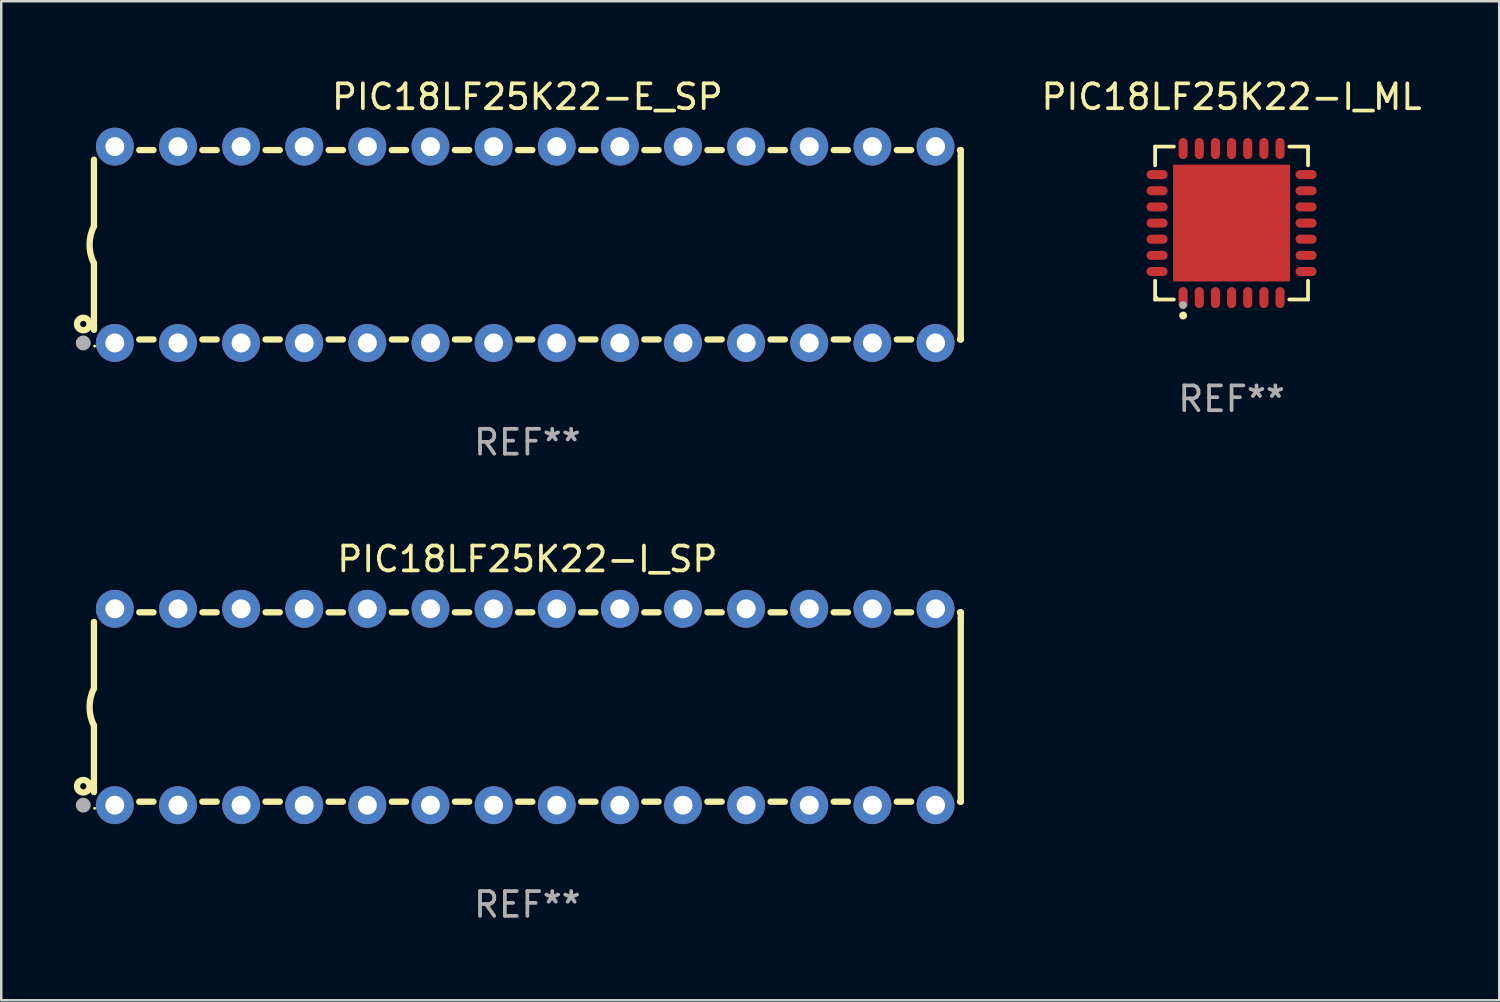
<source format=kicad_pcb>
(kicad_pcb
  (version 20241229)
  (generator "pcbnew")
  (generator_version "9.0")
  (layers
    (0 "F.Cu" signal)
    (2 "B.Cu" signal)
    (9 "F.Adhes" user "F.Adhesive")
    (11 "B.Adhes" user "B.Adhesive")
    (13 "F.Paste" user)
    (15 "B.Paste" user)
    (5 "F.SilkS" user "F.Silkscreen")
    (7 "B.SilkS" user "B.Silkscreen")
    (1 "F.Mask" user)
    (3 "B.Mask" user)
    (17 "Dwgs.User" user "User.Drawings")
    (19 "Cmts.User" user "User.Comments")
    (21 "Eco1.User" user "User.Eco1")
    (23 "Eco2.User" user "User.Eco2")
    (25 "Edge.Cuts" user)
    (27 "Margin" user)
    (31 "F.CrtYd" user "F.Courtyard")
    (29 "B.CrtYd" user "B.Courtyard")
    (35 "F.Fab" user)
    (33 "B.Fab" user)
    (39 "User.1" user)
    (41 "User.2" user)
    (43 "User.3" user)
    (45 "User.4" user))
  (footprint "PIC18LF25K22-I_ML"
    (layer "F.Cu")
    (at 46.501 5.924)
    (property "Reference" "PIC18LF25K22-I_ML" (at 0 -5.076 0) (layer "F.SilkS") (effects (font (size 1 1) (thickness 0.15))))
    (attr through_hole)
    (fp_line (start -3.076 -3.076) (end -2.323 -3.076) (stroke (width 0.152) (type solid)) (layer "F.SilkS"))
    (fp_line (start -3.076 -2.323) (end -3.076 -3.076) (stroke (width 0.152) (type solid)) (layer "F.SilkS"))
    (fp_line (start -3.076 2.323) (end -3.076 3.076) (stroke (width 0.152) (type solid)) (layer "F.SilkS"))
    (fp_line (start -3.076 3.076) (end -2.323 3.076) (stroke (width 0.152) (type solid)) (layer "F.SilkS"))
    (fp_line (start 3.076 -3.076) (end 2.323 -3.076) (stroke (width 0.152) (type solid)) (layer "F.SilkS"))
    (fp_line (start 3.076 -2.323) (end 3.076 -3.076) (stroke (width 0.152) (type solid)) (layer "F.SilkS"))
    (fp_line (start 3.076 2.323) (end 3.076 3.076) (stroke (width 0.152) (type solid)) (layer "F.SilkS"))
    (fp_line (start 3.076 3.076) (end 2.323 3.076) (stroke (width 0.152) (type solid)) (layer "F.SilkS"))
    (fp_circle (center -3 3) (end -2.97 3) (stroke (width 0.06) (type solid)) (fill no) (layer "F.SilkS"))
    (fp_circle (center -1.95 3.722) (end -1.87 3.722) (stroke (width 0.16) (type solid)) (fill no) (layer "F.SilkS"))
    (fp_circle (center -1.95 3.3) (end -1.87 3.3) (stroke (width 0.16) (type solid)) (fill no) (layer "F.Fab"))
    (fp_text user "REF**" (at 0 7.076 0) (layer "F.Fab") (effects (font (size 1 1) (thickness 0.15))))
    (pad "1" smd oval (at -1.95 2.998) (size 0.364 0.847) (layers "F.Cu" "F.Mask" "F.Paste"))
    (pad "2" smd oval (at -1.3 2.998) (size 0.364 0.847) (layers "F.Cu" "F.Mask" "F.Paste"))
    (pad "3" smd oval (at -0.65 2.998) (size 0.364 0.847) (layers "F.Cu" "F.Mask" "F.Paste"))
    (pad "4" smd oval (at 0 2.998) (size 0.364 0.847) (layers "F.Cu" "F.Mask" "F.Paste"))
    (pad "5" smd oval (at 0.65 2.998) (size 0.364 0.847) (layers "F.Cu" "F.Mask" "F.Paste"))
    (pad "6" smd oval (at 1.3 2.998) (size 0.364 0.847) (layers "F.Cu" "F.Mask" "F.Paste"))
    (pad "7" smd oval (at 1.95 2.998) (size 0.364 0.847) (layers "F.Cu" "F.Mask" "F.Paste"))
    (pad "8" smd oval (at 2.998 1.95) (size 0.847 0.364) (layers "F.Cu" "F.Mask" "F.Paste"))
    (pad "9" smd oval (at 2.998 1.3) (size 0.847 0.364) (layers "F.Cu" "F.Mask" "F.Paste"))
    (pad "10" smd oval (at 2.998 0.65) (size 0.847 0.364) (layers "F.Cu" "F.Mask" "F.Paste"))
    (pad "11" smd oval (at 2.998 0) (size 0.847 0.364) (layers "F.Cu" "F.Mask" "F.Paste"))
    (pad "12" smd oval (at 2.998 -0.65) (size 0.847 0.364) (layers "F.Cu" "F.Mask" "F.Paste"))
    (pad "13" smd oval (at 2.998 -1.3) (size 0.847 0.364) (layers "F.Cu" "F.Mask" "F.Paste"))
    (pad "14" smd oval (at 2.998 -1.95) (size 0.847 0.364) (layers "F.Cu" "F.Mask" "F.Paste"))
    (pad "15" smd oval (at 1.95 -2.998) (size 0.364 0.847) (layers "F.Cu" "F.Mask" "F.Paste"))
    (pad "16" smd oval (at 1.3 -2.998) (size 0.364 0.847) (layers "F.Cu" "F.Mask" "F.Paste"))
    (pad "17" smd oval (at 0.65 -2.998) (size 0.364 0.847) (layers "F.Cu" "F.Mask" "F.Paste"))
    (pad "18" smd oval (at 0 -2.998) (size 0.364 0.847) (layers "F.Cu" "F.Mask" "F.Paste"))
    (pad "19" smd oval (at -0.65 -2.998) (size 0.364 0.847) (layers "F.Cu" "F.Mask" "F.Paste"))
    (pad "20" smd oval (at -1.3 -2.998) (size 0.364 0.847) (layers "F.Cu" "F.Mask" "F.Paste"))
    (pad "21" smd oval (at -1.95 -2.998) (size 0.364 0.847) (layers "F.Cu" "F.Mask" "F.Paste"))
    (pad "22" smd oval (at -2.998 -1.95) (size 0.847 0.364) (layers "F.Cu" "F.Mask" "F.Paste"))
    (pad "23" smd oval (at -2.998 -1.3) (size 0.847 0.364) (layers "F.Cu" "F.Mask" "F.Paste"))
    (pad "24" smd oval (at -2.998 -0.65) (size 0.847 0.364) (layers "F.Cu" "F.Mask" "F.Paste"))
    (pad "25" smd oval (at -2.998 0) (size 0.847 0.364) (layers "F.Cu" "F.Mask" "F.Paste"))
    (pad "26" smd oval (at -2.998 0.65) (size 0.847 0.364) (layers "F.Cu" "F.Mask" "F.Paste"))
    (pad "27" smd oval (at -2.998 1.3) (size 0.847 0.364) (layers "F.Cu" "F.Mask" "F.Paste"))
    (pad "28" smd oval (at -2.998 1.95) (size 0.847 0.364) (layers "F.Cu" "F.Mask" "F.Paste"))
    (pad "29" smd rect (at 0 0) (size 4.7 4.7) (layers "F.Cu" "F.Mask" "F.Paste")))
  (footprint "PIC18LF25K22-E_SP"
    (layer "F.Cu")
    (at 18.168 6.798)
    (property "Reference" "PIC18LF25K22-E_SP" (at 0 -5.95 0) (layer "F.SilkS") (effects (font (size 1 1) (thickness 0.15))))
    (attr through_hole)
    (fp_line (start -17.438 0.75) (end -17.438 3.423) (stroke (width 0.254) (type solid)) (layer "F.SilkS"))
    (fp_line (start -17.438 -3.423) (end -17.438 -0.75) (stroke (width 0.254) (type solid)) (layer "F.SilkS"))
    (fp_line (start -15.615 3.81) (end -15.041 3.81) (stroke (width 0.254) (type solid)) (layer "F.SilkS"))
    (fp_line (start -15.041 -3.81) (end -15.614 -3.81) (stroke (width 0.254) (type solid)) (layer "F.SilkS"))
    (fp_line (start -13.075 3.81) (end -12.501 3.81) (stroke (width 0.254) (type solid)) (layer "F.SilkS"))
    (fp_line (start -12.501 -3.81) (end -13.074 -3.81) (stroke (width 0.254) (type solid)) (layer "F.SilkS"))
    (fp_line (start -10.535 3.81) (end -9.961 3.81) (stroke (width 0.254) (type solid)) (layer "F.SilkS"))
    (fp_line (start -9.961 -3.81) (end -10.534 -3.81) (stroke (width 0.254) (type solid)) (layer "F.SilkS"))
    (fp_line (start -7.995 3.81) (end -7.421 3.81) (stroke (width 0.254) (type solid)) (layer "F.SilkS"))
    (fp_line (start -7.421 -3.81) (end -7.995 -3.81) (stroke (width 0.254) (type solid)) (layer "F.SilkS"))
    (fp_line (start -5.455 3.81) (end -4.881 3.81) (stroke (width 0.254) (type solid)) (layer "F.SilkS"))
    (fp_line (start -4.881 -3.81) (end -5.455 -3.81) (stroke (width 0.254) (type solid)) (layer "F.SilkS"))
    (fp_line (start -2.915 3.81) (end -2.341 3.81) (stroke (width 0.254) (type solid)) (layer "F.SilkS"))
    (fp_line (start -2.341 -3.81) (end -2.915 -3.81) (stroke (width 0.254) (type solid)) (layer "F.SilkS"))
    (fp_line (start -0.375 3.81) (end 0.199 3.81) (stroke (width 0.254) (type solid)) (layer "F.SilkS"))
    (fp_line (start 0.199 -3.81) (end -0.375 -3.81) (stroke (width 0.254) (type solid)) (layer "F.SilkS"))
    (fp_line (start 2.165 3.81) (end 2.739 3.81) (stroke (width 0.254) (type solid)) (layer "F.SilkS"))
    (fp_line (start 2.739 -3.81) (end 2.165 -3.81) (stroke (width 0.254) (type solid)) (layer "F.SilkS"))
    (fp_line (start 4.705 3.81) (end 5.279 3.81) (stroke (width 0.254) (type solid)) (layer "F.SilkS"))
    (fp_line (start 5.279 -3.81) (end 4.705 -3.81) (stroke (width 0.254) (type solid)) (layer "F.SilkS"))
    (fp_line (start 7.245 3.81) (end 7.819 3.81) (stroke (width 0.254) (type solid)) (layer "F.SilkS"))
    (fp_line (start 7.819 -3.81) (end 7.245 -3.81) (stroke (width 0.254) (type solid)) (layer "F.SilkS"))
    (fp_line (start 9.785 3.81) (end 10.359 3.81) (stroke (width 0.254) (type solid)) (layer "F.SilkS"))
    (fp_line (start 10.359 -3.81) (end 9.785 -3.81) (stroke (width 0.254) (type solid)) (layer "F.SilkS"))
    (fp_line (start 12.325 3.81) (end 12.899 3.81) (stroke (width 0.254) (type solid)) (layer "F.SilkS"))
    (fp_line (start 12.899 -3.81) (end 12.325 -3.81) (stroke (width 0.254) (type solid)) (layer "F.SilkS"))
    (fp_line (start 14.865 3.81) (end 15.439 3.81) (stroke (width 0.254) (type solid)) (layer "F.SilkS"))
    (fp_line (start 15.439 -3.81) (end 14.865 -3.81) (stroke (width 0.254) (type solid)) (layer "F.SilkS"))
    (fp_line (start 17.405 3.81) (end 17.438 3.81) (stroke (width 0.254) (type solid)) (layer "F.SilkS"))
    (fp_line (start 17.438 -3.81) (end 17.405 -3.81) (stroke (width 0.254) (type solid)) (layer "F.SilkS"))
    (fp_line (start 17.438 -3.556) (end 17.438 -3.81) (stroke (width 0.254) (type solid)) (layer "F.SilkS"))
    (fp_line (start 17.438 3.81) (end 17.438 -3.556) (stroke (width 0.254) (type solid)) (layer "F.SilkS"))
    (fp_arc (start -17.437986 0.749657) (mid -17.614887 -0.000024) (end -17.437783 -0.749657) (stroke (width 0.254001) (type solid)) (layer "F.SilkS"))
    (fp_circle (center -17.868 3.188) (end -17.743 3.188) (stroke (width 0.254) (type solid)) (fill no) (layer "F.SilkS"))
    (fp_circle (center -17.411 4.077) (end -17.381 4.077) (stroke (width 0.06) (type solid)) (fill no) (layer "F.SilkS"))
    (fp_circle (center -17.868 3.95) (end -17.718 3.95) (stroke (width 0.3) (type solid)) (fill no) (layer "F.Fab"))
    (fp_text user "REF**" (at 0 7.95 0) (layer "F.Fab") (effects (font (size 1 1) (thickness 0.15))))
    (pad "1" thru_hole circle (at -16.598 3.95) (size 1.524 1.524) (drill 0.762) (layers "*.Cu" "*.Mask"))
    (pad "2" thru_hole circle (at -14.058 3.95) (size 1.524 1.524) (drill 0.762) (layers "*.Cu" "*.Mask"))
    (pad "3" thru_hole circle (at -11.518 3.95) (size 1.524 1.524) (drill 0.762) (layers "*.Cu" "*.Mask"))
    (pad "4" thru_hole circle (at -8.978 3.95) (size 1.524 1.524) (drill 0.762) (layers "*.Cu" "*.Mask"))
    (pad "5" thru_hole circle (at -6.438 3.95) (size 1.524 1.524) (drill 0.762) (layers "*.Cu" "*.Mask"))
    (pad "6" thru_hole circle (at -3.898 3.95) (size 1.524 1.524) (drill 0.762) (layers "*.Cu" "*.Mask"))
    (pad "7" thru_hole circle (at -1.358 3.95) (size 1.524 1.524) (drill 0.762) (layers "*.Cu" "*.Mask"))
    (pad "8" thru_hole circle (at 1.182 3.95) (size 1.524 1.524) (drill 0.762) (layers "*.Cu" "*.Mask"))
    (pad "9" thru_hole circle (at 3.722 3.95) (size 1.524 1.524) (drill 0.762) (layers "*.Cu" "*.Mask"))
    (pad "10" thru_hole circle (at 6.262 3.95) (size 1.524 1.524) (drill 0.762) (layers "*.Cu" "*.Mask"))
    (pad "11" thru_hole circle (at 8.802 3.95) (size 1.524 1.524) (drill 0.762) (layers "*.Cu" "*.Mask"))
    (pad "12" thru_hole circle (at 11.342 3.95) (size 1.524 1.524) (drill 0.762) (layers "*.Cu" "*.Mask"))
    (pad "13" thru_hole circle (at 13.882 3.95) (size 1.524 1.524) (drill 0.762) (layers "*.Cu" "*.Mask"))
    (pad "14" thru_hole circle (at 16.422 3.95) (size 1.524 1.524) (drill 0.762) (layers "*.Cu" "*.Mask"))
    (pad "15" thru_hole circle (at 16.422 -3.95) (size 1.524 1.524) (drill 0.762) (layers "*.Cu" "*.Mask"))
    (pad "16" thru_hole circle (at 13.882 -3.95) (size 1.524 1.524) (drill 0.762) (layers "*.Cu" "*.Mask"))
    (pad "17" thru_hole circle (at 11.342 -3.95) (size 1.524 1.524) (drill 0.762) (layers "*.Cu" "*.Mask"))
    (pad "18" thru_hole circle (at 8.802 -3.95) (size 1.524 1.524) (drill 0.762) (layers "*.Cu" "*.Mask"))
    (pad "19" thru_hole circle (at 6.262 -3.95) (size 1.524 1.524) (drill 0.762) (layers "*.Cu" "*.Mask"))
    (pad "20" thru_hole circle (at 3.722 -3.95) (size 1.524 1.524) (drill 0.762) (layers "*.Cu" "*.Mask"))
    (pad "21" thru_hole circle (at 1.182 -3.95) (size 1.524 1.524) (drill 0.762) (layers "*.Cu" "*.Mask"))
    (pad "22" thru_hole circle (at -1.358 -3.95) (size 1.524 1.524) (drill 0.762) (layers "*.Cu" "*.Mask"))
    (pad "23" thru_hole circle (at -3.898 -3.95) (size 1.524 1.524) (drill 0.762) (layers "*.Cu" "*.Mask"))
    (pad "24" thru_hole circle (at -6.438 -3.95) (size 1.524 1.524) (drill 0.762) (layers "*.Cu" "*.Mask"))
    (pad "25" thru_hole circle (at -8.978 -3.95) (size 1.524 1.524) (drill 0.762) (layers "*.Cu" "*.Mask"))
    (pad "26" thru_hole circle (at -11.517 -3.95) (size 1.524 1.524) (drill 0.762) (layers "*.Cu" "*.Mask"))
    (pad "27" thru_hole circle (at -14.057 -3.95) (size 1.524 1.524) (drill 0.762) (layers "*.Cu" "*.Mask"))
    (pad "28" thru_hole circle (at -16.597 -3.95) (size 1.524 1.524) (drill 0.762) (layers "*.Cu" "*.Mask")))
  (footprint "PIC18LF25K22-I_SP"
    (layer "F.Cu")
    (at 18.168 25.395)
    (property "Reference" "PIC18LF25K22-I_SP" (at 0 -5.95 0) (layer "F.SilkS") (effects (font (size 1 1) (thickness 0.15))))
    (attr through_hole)
    (fp_line (start -17.438 0.75) (end -17.438 3.423) (stroke (width 0.254) (type solid)) (layer "F.SilkS"))
    (fp_line (start -17.438 -3.423) (end -17.438 -0.75) (stroke (width 0.254) (type solid)) (layer "F.SilkS"))
    (fp_line (start -15.615 3.81) (end -15.041 3.81) (stroke (width 0.254) (type solid)) (layer "F.SilkS"))
    (fp_line (start -15.041 -3.81) (end -15.614 -3.81) (stroke (width 0.254) (type solid)) (layer "F.SilkS"))
    (fp_line (start -13.075 3.81) (end -12.501 3.81) (stroke (width 0.254) (type solid)) (layer "F.SilkS"))
    (fp_line (start -12.501 -3.81) (end -13.074 -3.81) (stroke (width 0.254) (type solid)) (layer "F.SilkS"))
    (fp_line (start -10.535 3.81) (end -9.961 3.81) (stroke (width 0.254) (type solid)) (layer "F.SilkS"))
    (fp_line (start -9.961 -3.81) (end -10.534 -3.81) (stroke (width 0.254) (type solid)) (layer "F.SilkS"))
    (fp_line (start -7.995 3.81) (end -7.421 3.81) (stroke (width 0.254) (type solid)) (layer "F.SilkS"))
    (fp_line (start -7.421 -3.81) (end -7.995 -3.81) (stroke (width 0.254) (type solid)) (layer "F.SilkS"))
    (fp_line (start -5.455 3.81) (end -4.881 3.81) (stroke (width 0.254) (type solid)) (layer "F.SilkS"))
    (fp_line (start -4.881 -3.81) (end -5.455 -3.81) (stroke (width 0.254) (type solid)) (layer "F.SilkS"))
    (fp_line (start -2.915 3.81) (end -2.341 3.81) (stroke (width 0.254) (type solid)) (layer "F.SilkS"))
    (fp_line (start -2.341 -3.81) (end -2.915 -3.81) (stroke (width 0.254) (type solid)) (layer "F.SilkS"))
    (fp_line (start -0.375 3.81) (end 0.199 3.81) (stroke (width 0.254) (type solid)) (layer "F.SilkS"))
    (fp_line (start 0.199 -3.81) (end -0.375 -3.81) (stroke (width 0.254) (type solid)) (layer "F.SilkS"))
    (fp_line (start 2.165 3.81) (end 2.739 3.81) (stroke (width 0.254) (type solid)) (layer "F.SilkS"))
    (fp_line (start 2.739 -3.81) (end 2.165 -3.81) (stroke (width 0.254) (type solid)) (layer "F.SilkS"))
    (fp_line (start 4.705 3.81) (end 5.279 3.81) (stroke (width 0.254) (type solid)) (layer "F.SilkS"))
    (fp_line (start 5.279 -3.81) (end 4.705 -3.81) (stroke (width 0.254) (type solid)) (layer "F.SilkS"))
    (fp_line (start 7.245 3.81) (end 7.819 3.81) (stroke (width 0.254) (type solid)) (layer "F.SilkS"))
    (fp_line (start 7.819 -3.81) (end 7.245 -3.81) (stroke (width 0.254) (type solid)) (layer "F.SilkS"))
    (fp_line (start 9.785 3.81) (end 10.359 3.81) (stroke (width 0.254) (type solid)) (layer "F.SilkS"))
    (fp_line (start 10.359 -3.81) (end 9.785 -3.81) (stroke (width 0.254) (type solid)) (layer "F.SilkS"))
    (fp_line (start 12.325 3.81) (end 12.899 3.81) (stroke (width 0.254) (type solid)) (layer "F.SilkS"))
    (fp_line (start 12.899 -3.81) (end 12.325 -3.81) (stroke (width 0.254) (type solid)) (layer "F.SilkS"))
    (fp_line (start 14.865 3.81) (end 15.439 3.81) (stroke (width 0.254) (type solid)) (layer "F.SilkS"))
    (fp_line (start 15.439 -3.81) (end 14.865 -3.81) (stroke (width 0.254) (type solid)) (layer "F.SilkS"))
    (fp_line (start 17.405 3.81) (end 17.438 3.81) (stroke (width 0.254) (type solid)) (layer "F.SilkS"))
    (fp_line (start 17.438 -3.81) (end 17.405 -3.81) (stroke (width 0.254) (type solid)) (layer "F.SilkS"))
    (fp_line (start 17.438 -3.556) (end 17.438 -3.81) (stroke (width 0.254) (type solid)) (layer "F.SilkS"))
    (fp_line (start 17.438 3.81) (end 17.438 -3.556) (stroke (width 0.254) (type solid)) (layer "F.SilkS"))
    (fp_arc (start -17.437986 0.749657) (mid -17.614887 -0.000024) (end -17.437783 -0.749657) (stroke (width 0.254001) (type solid)) (layer "F.SilkS"))
    (fp_circle (center -17.868 3.188) (end -17.743 3.188) (stroke (width 0.254) (type solid)) (fill no) (layer "F.SilkS"))
    (fp_circle (center -17.411 4.077) (end -17.381 4.077) (stroke (width 0.06) (type solid)) (fill no) (layer "F.SilkS"))
    (fp_circle (center -17.868 3.95) (end -17.718 3.95) (stroke (width 0.3) (type solid)) (fill no) (layer "F.Fab"))
    (fp_text user "REF**" (at 0 7.95 0) (layer "F.Fab") (effects (font (size 1 1) (thickness 0.15))))
    (pad "1" thru_hole circle (at -16.598 3.95) (size 1.524 1.524) (drill 0.762) (layers "*.Cu" "*.Mask"))
    (pad "2" thru_hole circle (at -14.058 3.95) (size 1.524 1.524) (drill 0.762) (layers "*.Cu" "*.Mask"))
    (pad "3" thru_hole circle (at -11.518 3.95) (size 1.524 1.524) (drill 0.762) (layers "*.Cu" "*.Mask"))
    (pad "4" thru_hole circle (at -8.978 3.95) (size 1.524 1.524) (drill 0.762) (layers "*.Cu" "*.Mask"))
    (pad "5" thru_hole circle (at -6.438 3.95) (size 1.524 1.524) (drill 0.762) (layers "*.Cu" "*.Mask"))
    (pad "6" thru_hole circle (at -3.898 3.95) (size 1.524 1.524) (drill 0.762) (layers "*.Cu" "*.Mask"))
    (pad "7" thru_hole circle (at -1.358 3.95) (size 1.524 1.524) (drill 0.762) (layers "*.Cu" "*.Mask"))
    (pad "8" thru_hole circle (at 1.182 3.95) (size 1.524 1.524) (drill 0.762) (layers "*.Cu" "*.Mask"))
    (pad "9" thru_hole circle (at 3.722 3.95) (size 1.524 1.524) (drill 0.762) (layers "*.Cu" "*.Mask"))
    (pad "10" thru_hole circle (at 6.262 3.95) (size 1.524 1.524) (drill 0.762) (layers "*.Cu" "*.Mask"))
    (pad "11" thru_hole circle (at 8.802 3.95) (size 1.524 1.524) (drill 0.762) (layers "*.Cu" "*.Mask"))
    (pad "12" thru_hole circle (at 11.342 3.95) (size 1.524 1.524) (drill 0.762) (layers "*.Cu" "*.Mask"))
    (pad "13" thru_hole circle (at 13.882 3.95) (size 1.524 1.524) (drill 0.762) (layers "*.Cu" "*.Mask"))
    (pad "14" thru_hole circle (at 16.422 3.95) (size 1.524 1.524) (drill 0.762) (layers "*.Cu" "*.Mask"))
    (pad "15" thru_hole circle (at 16.422 -3.95) (size 1.524 1.524) (drill 0.762) (layers "*.Cu" "*.Mask"))
    (pad "16" thru_hole circle (at 13.882 -3.95) (size 1.524 1.524) (drill 0.762) (layers "*.Cu" "*.Mask"))
    (pad "17" thru_hole circle (at 11.342 -3.95) (size 1.524 1.524) (drill 0.762) (layers "*.Cu" "*.Mask"))
    (pad "18" thru_hole circle (at 8.802 -3.95) (size 1.524 1.524) (drill 0.762) (layers "*.Cu" "*.Mask"))
    (pad "19" thru_hole circle (at 6.262 -3.95) (size 1.524 1.524) (drill 0.762) (layers "*.Cu" "*.Mask"))
    (pad "20" thru_hole circle (at 3.722 -3.95) (size 1.524 1.524) (drill 0.762) (layers "*.Cu" "*.Mask"))
    (pad "21" thru_hole circle (at 1.182 -3.95) (size 1.524 1.524) (drill 0.762) (layers "*.Cu" "*.Mask"))
    (pad "22" thru_hole circle (at -1.358 -3.95) (size 1.524 1.524) (drill 0.762) (layers "*.Cu" "*.Mask"))
    (pad "23" thru_hole circle (at -3.898 -3.95) (size 1.524 1.524) (drill 0.762) (layers "*.Cu" "*.Mask"))
    (pad "24" thru_hole circle (at -6.438 -3.95) (size 1.524 1.524) (drill 0.762) (layers "*.Cu" "*.Mask"))
    (pad "25" thru_hole circle (at -8.978 -3.95) (size 1.524 1.524) (drill 0.762) (layers "*.Cu" "*.Mask"))
    (pad "26" thru_hole circle (at -11.517 -3.95) (size 1.524 1.524) (drill 0.762) (layers "*.Cu" "*.Mask"))
    (pad "27" thru_hole circle (at -14.057 -3.95) (size 1.524 1.524) (drill 0.762) (layers "*.Cu" "*.Mask"))
    (pad "28" thru_hole circle (at -16.597 -3.95) (size 1.524 1.524) (drill 0.762) (layers "*.Cu" "*.Mask")))
  (gr_rect
    (start -3 -3)
    (end 57.269 37.193)
    (stroke (width 0.1) (type default))
    (fill no)
    (layer "Edge.Cuts")))
</source>
